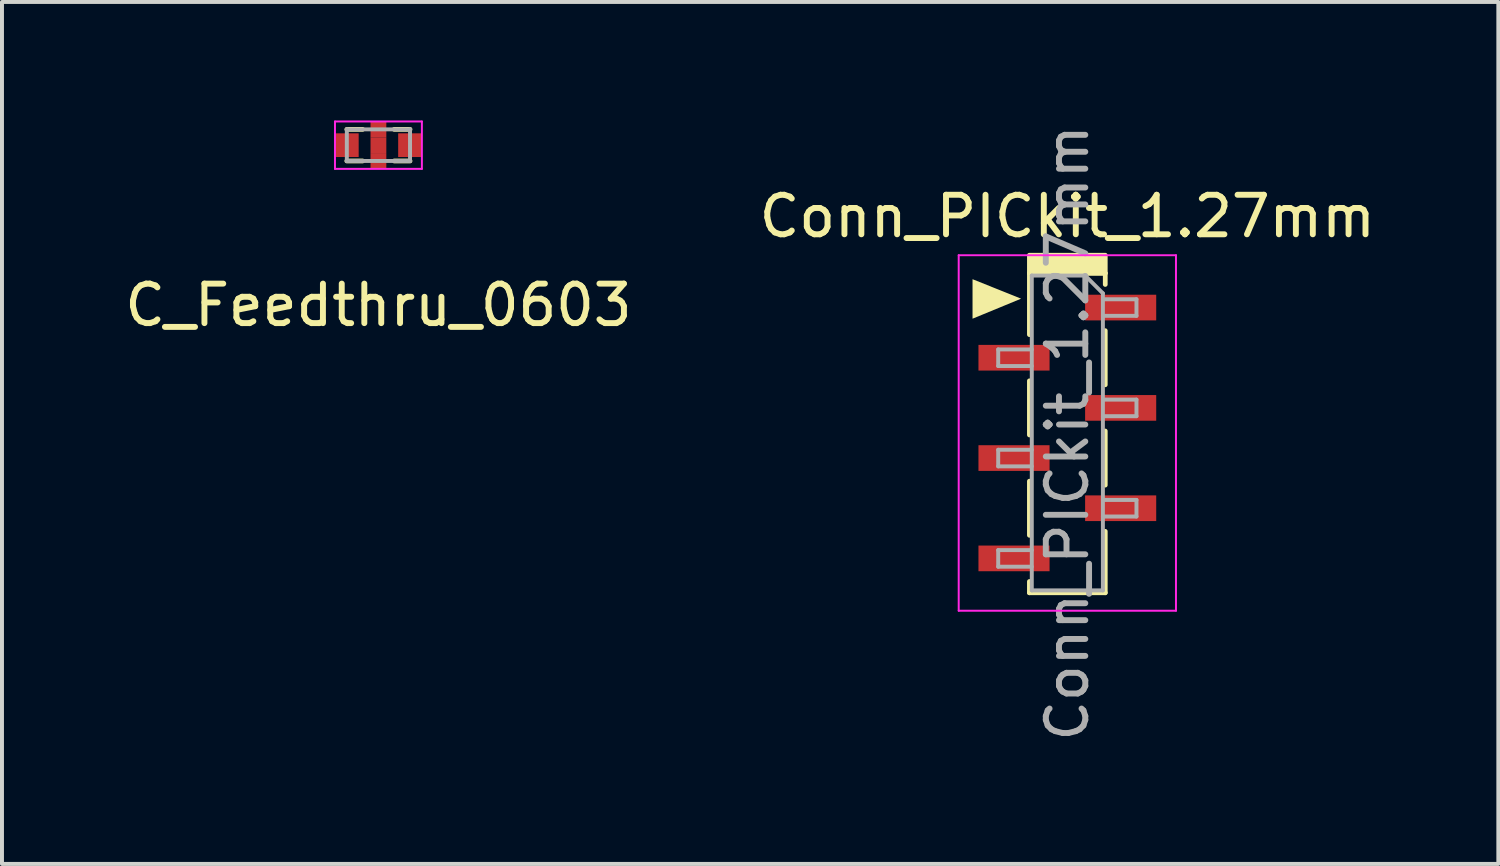
<source format=kicad_pcb>
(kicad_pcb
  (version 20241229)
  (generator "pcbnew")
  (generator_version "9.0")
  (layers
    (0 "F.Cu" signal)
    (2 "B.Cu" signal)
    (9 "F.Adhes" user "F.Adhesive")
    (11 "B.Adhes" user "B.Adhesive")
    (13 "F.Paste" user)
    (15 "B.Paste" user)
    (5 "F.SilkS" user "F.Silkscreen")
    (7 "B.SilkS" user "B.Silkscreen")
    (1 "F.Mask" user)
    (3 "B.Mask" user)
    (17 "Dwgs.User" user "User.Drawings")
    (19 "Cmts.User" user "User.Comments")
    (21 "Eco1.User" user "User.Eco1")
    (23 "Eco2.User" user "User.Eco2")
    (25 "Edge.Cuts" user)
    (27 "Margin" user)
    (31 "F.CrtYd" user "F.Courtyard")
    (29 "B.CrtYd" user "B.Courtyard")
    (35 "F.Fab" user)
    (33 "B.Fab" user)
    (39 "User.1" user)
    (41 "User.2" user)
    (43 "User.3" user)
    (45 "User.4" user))
  (footprint "Conn_PICkit_1.27mm"
    (layer "F.Cu")
    (at 23.97 7.911)
    (property "Reference" "Conn_PICkit_1.27mm" (at 0 -5.485 0) (layer "F.SilkS") (effects (font (size 1 1) (thickness 0.15))))
    (attr smd)
    (fp_line (start -0.96 -4.045) (end -0.96 -2.49) (stroke (width 0.12) (type solid)) (layer "F.SilkS"))
    (fp_line (start -0.96 -4.045) (end 0.96 -4.045) (stroke (width 0.12) (type solid)) (layer "F.SilkS"))
    (fp_line (start -0.96 -1.32) (end -0.96 0.05) (stroke (width 0.12) (type solid)) (layer "F.SilkS"))
    (fp_line (start -0.96 1.22) (end -0.96 2.59) (stroke (width 0.12) (type solid)) (layer "F.SilkS"))
    (fp_line (start -0.96 3.76) (end -0.96 4.045) (stroke (width 0.12) (type solid)) (layer "F.SilkS"))
    (fp_line (start -0.96 4.045) (end 0.96 4.045) (stroke (width 0.12) (type solid)) (layer "F.SilkS"))
    (fp_line (start 0.96 -4.045) (end 0.96 -3.76) (stroke (width 0.12) (type solid)) (layer "F.SilkS"))
    (fp_line (start 0.96 -2.59) (end 0.96 -1.22) (stroke (width 0.12) (type solid)) (layer "F.SilkS"))
    (fp_line (start 0.96 -0.05) (end 0.96 1.32) (stroke (width 0.12) (type solid)) (layer "F.SilkS"))
    (fp_line (start 0.96 2.49) (end 0.96 4.045) (stroke (width 0.12) (type solid)) (layer "F.SilkS"))
    (fp_rect (start -0.96 -4.045) (end 0.96 -4.5) (stroke (width 0.12) (type solid)) (fill yes) (layer "F.SilkS"))
    (fp_poly (pts (xy -2.4 -3.893) (xy -1.17 -3.4) (xy -2.4 -2.893)) (stroke (width 0) (type solid)) (fill yes) (layer "F.SilkS"))
    (fp_line (start -2.75 -4.5) (end 2.75 -4.5) (stroke (width 0.05) (type solid)) (layer "F.CrtYd"))
    (fp_line (start -2.75 4.5) (end -2.75 -4.5) (stroke (width 0.05) (type solid)) (layer "F.CrtYd"))
    (fp_line (start 2.75 -4.5) (end 2.75 4.5) (stroke (width 0.05) (type solid)) (layer "F.CrtYd"))
    (fp_line (start 2.75 4.5) (end -2.75 4.5) (stroke (width 0.05) (type solid)) (layer "F.CrtYd"))
    (fp_line (start -1.75 -2.115) (end -0.9 -2.115) (stroke (width 0.1) (type solid)) (layer "F.Fab"))
    (fp_line (start -1.75 -1.695) (end -1.75 -2.115) (stroke (width 0.1) (type solid)) (layer "F.Fab"))
    (fp_line (start -1.75 0.425) (end -0.9 0.425) (stroke (width 0.1) (type solid)) (layer "F.Fab"))
    (fp_line (start -1.75 0.845) (end -1.75 0.425) (stroke (width 0.1) (type solid)) (layer "F.Fab"))
    (fp_line (start -1.75 2.965) (end -0.9 2.965) (stroke (width 0.1) (type solid)) (layer "F.Fab"))
    (fp_line (start -1.75 3.385) (end -1.75 2.965) (stroke (width 0.1) (type solid)) (layer "F.Fab"))
    (fp_line (start -0.9 -3.985) (end 0.45 -3.985) (stroke (width 0.1) (type solid)) (layer "F.Fab"))
    (fp_line (start -0.9 -1.695) (end -1.75 -1.695) (stroke (width 0.1) (type solid)) (layer "F.Fab"))
    (fp_line (start -0.9 0.845) (end -1.75 0.845) (stroke (width 0.1) (type solid)) (layer "F.Fab"))
    (fp_line (start -0.9 3.385) (end -1.75 3.385) (stroke (width 0.1) (type solid)) (layer "F.Fab"))
    (fp_line (start -0.9 3.985) (end -0.9 -3.985) (stroke (width 0.1) (type solid)) (layer "F.Fab"))
    (fp_line (start 0.45 -3.985) (end 0.9 -3.535) (stroke (width 0.1) (type solid)) (layer "F.Fab"))
    (fp_line (start 0.9 -3.535) (end 0.9 3.985) (stroke (width 0.1) (type solid)) (layer "F.Fab"))
    (fp_line (start 0.9 -3.385) (end 1.75 -3.385) (stroke (width 0.1) (type solid)) (layer "F.Fab"))
    (fp_line (start 0.9 -0.845) (end 1.75 -0.845) (stroke (width 0.1) (type solid)) (layer "F.Fab"))
    (fp_line (start 0.9 1.695) (end 1.75 1.695) (stroke (width 0.1) (type solid)) (layer "F.Fab"))
    (fp_line (start 0.9 3.985) (end -0.9 3.985) (stroke (width 0.1) (type solid)) (layer "F.Fab"))
    (fp_line (start 1.75 -3.385) (end 1.75 -2.965) (stroke (width 0.1) (type solid)) (layer "F.Fab"))
    (fp_line (start 1.75 -2.965) (end 0.9 -2.965) (stroke (width 0.1) (type solid)) (layer "F.Fab"))
    (fp_line (start 1.75 -0.845) (end 1.75 -0.425) (stroke (width 0.1) (type solid)) (layer "F.Fab"))
    (fp_line (start 1.75 -0.425) (end 0.9 -0.425) (stroke (width 0.1) (type solid)) (layer "F.Fab"))
    (fp_line (start 1.75 1.695) (end 1.75 2.115) (stroke (width 0.1) (type solid)) (layer "F.Fab"))
    (fp_line (start 1.75 2.115) (end 0.9 2.115) (stroke (width 0.1) (type solid)) (layer "F.Fab"))
    (fp_text user "${REFERENCE}" (at 0 0 90) (layer "F.Fab") (effects (font (size 1 1) (thickness 0.15))))
    (pad "1" smd rect (at 1.35 -3.175) (size 1.8 0.65) (layers "F.Cu" "F.Mask" "F.Paste"))
    (pad "2" smd rect (at -1.35 -1.905) (size 1.8 0.65) (layers "F.Cu" "F.Mask" "F.Paste"))
    (pad "3" smd rect (at 1.35 -0.635) (size 1.8 0.65) (layers "F.Cu" "F.Mask" "F.Paste"))
    (pad "4" smd rect (at -1.35 0.635) (size 1.8 0.65) (layers "F.Cu" "F.Mask" "F.Paste"))
    (pad "5" smd rect (at 1.35 1.905) (size 1.8 0.65) (layers "F.Cu" "F.Mask" "F.Paste"))
    (pad "6" smd rect (at -1.35 3.175) (size 1.8 0.65) (layers "F.Cu" "F.Mask" "F.Paste")))
  (footprint "C_Feedthru_0603"
    (layer "F.Cu")
    (at 6.53 0.625)
    (property "Reference" "C_Feedthru_0603" (at 0 4.05 0) (layer "F.SilkS") (effects (font (size 1 1) (thickness 0.15))))
    (attr smd)
    (fp_line (start -0.8 -0.4) (end -0.4 -0.4) (stroke (width 0.12) (type solid)) (layer "F.SilkS"))
    (fp_line (start -0.8 0.4) (end -0.4 0.4) (stroke (width 0.12) (type solid)) (layer "F.SilkS"))
    (fp_line (start 0.4 -0.4) (end 0.8 -0.4) (stroke (width 0.12) (type solid)) (layer "F.SilkS"))
    (fp_line (start 0.4 0.4) (end 0.8 0.4) (stroke (width 0.12) (type solid)) (layer "F.SilkS"))
    (fp_line (start -1.1 0.6) (end -1.1 -0.6) (stroke (width 0.05) (type solid)) (layer "F.CrtYd"))
    (fp_line (start 1.1 -0.6) (end -1.1 -0.6) (stroke (width 0.05) (type solid)) (layer "F.CrtYd"))
    (fp_line (start 1.1 0.6) (end -1.1 0.6) (stroke (width 0.05) (type solid)) (layer "F.CrtYd"))
    (fp_line (start 1.1 0.6) (end 1.1 -0.6) (stroke (width 0.05) (type solid)) (layer "F.CrtYd"))
    (fp_line (start -0.8 -0.4) (end -0.8 0.4) (stroke (width 0.1) (type solid)) (layer "F.Fab"))
    (fp_line (start -0.8 0.4) (end 0.8 0.4) (stroke (width 0.1) (type solid)) (layer "F.Fab"))
    (fp_line (start 0.8 -0.4) (end -0.8 -0.4) (stroke (width 0.1) (type solid)) (layer "F.Fab"))
    (fp_line (start 0.8 0.4) (end 0.8 -0.4) (stroke (width 0.1) (type solid)) (layer "F.Fab"))
    (pad "1" smd rect (at -0.8 0) (size 0.6 0.6) (layers "F.Cu" "F.Mask" "F.Paste"))
    (pad "2" smd rect (at 0 -0.4) (size 0.4 0.4) (layers "F.Cu" "F.Mask" "F.Paste"))
    (pad "2" smd rect (at 0 0) (size 0.4 0.4) (layers "F.Cu"))
    (pad "2" smd rect (at 0 0.4) (size 0.4 0.4) (layers "F.Cu" "F.Mask" "F.Paste"))
    (pad "3" smd rect (at 0.8 0) (size 0.6 0.6) (layers "F.Cu" "F.Mask" "F.Paste")))
  (gr_rect
    (start -3 -3)
    (end 34.881 18.821)
    (stroke (width 0.1) (type default))
    (fill no)
    (layer "Edge.Cuts")))
</source>
